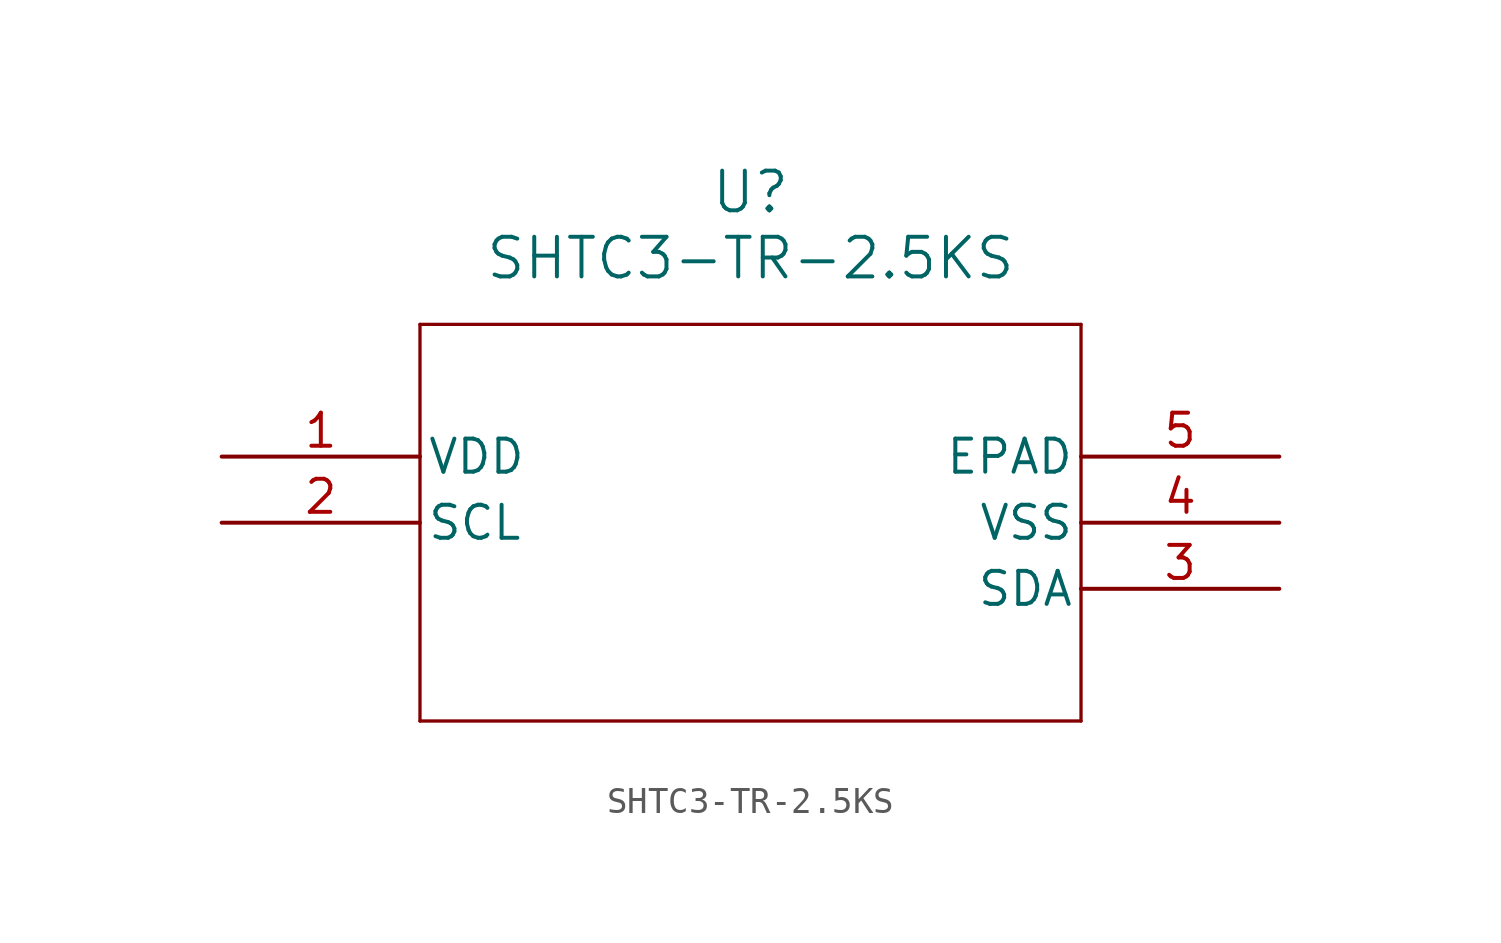
<source format=kicad_sym>
(kicad_symbol_lib
  (version 20211014)
  (generator kicad_symbol_editor)
  (symbol "SHTC3-TR-2.5KS"
    (pin_names
      (offset 0.254))
    (property "Reference" "U"
      (at 20.32 10.16 0)
      (effects (font (size 1.524 1.524))))
    (property "Value" "SHTC3-TR-2.5KS"
      (at 20.32 7.62 0)
      (effects (font (size 1.524 1.524))))
    (symbol "SHTC3-TR-2.5KS_0_1"
      (polyline (pts (xy 7.62 5.08) (xy 7.62 -10.16)) (stroke (width 0.127) (type default) (color 0 0 0 0)) (fill (type none)))
      (polyline (pts (xy 7.62 -10.16) (xy 33.02 -10.16)) (stroke (width 0.127) (type default) (color 0 0 0 0)) (fill (type none)))
      (polyline (pts (xy 33.02 -10.16) (xy 33.02 5.08)) (stroke (width 0.127) (type default) (color 0 0 0 0)) (fill (type none)))
      (polyline (pts (xy 33.02 5.08) (xy 7.62 5.08)) (stroke (width 0.127) (type default) (color 0 0 0 0)) (fill (type none)))
      (pin power_in line (at 0 0 0) (length 7.62) (name "VDD" (effects (font (size 1.27 1.27)))) (number "1" (effects (font (size 1.27 1.27)))))
      (pin bidirectional line (at 0 -2.54 0) (length 7.62) (name "SCL" (effects (font (size 1.27 1.27)))) (number "2" (effects (font (size 1.27 1.27)))))
      (pin bidirectional line (at 40.64 -5.08 180) (length 7.62) (name "SDA" (effects (font (size 1.27 1.27)))) (number "3" (effects (font (size 1.27 1.27)))))
      (pin power_out line (at 40.64 -2.54 180) (length 7.62) (name "VSS" (effects (font (size 1.27 1.27)))) (number "4" (effects (font (size 1.27 1.27)))))
      (pin power_out line (at 40.64 0 180) (length 7.62) (name "EPAD" (effects (font (size 1.27 1.27)))) (number "5" (effects (font (size 1.27 1.27))))))))
</source>
